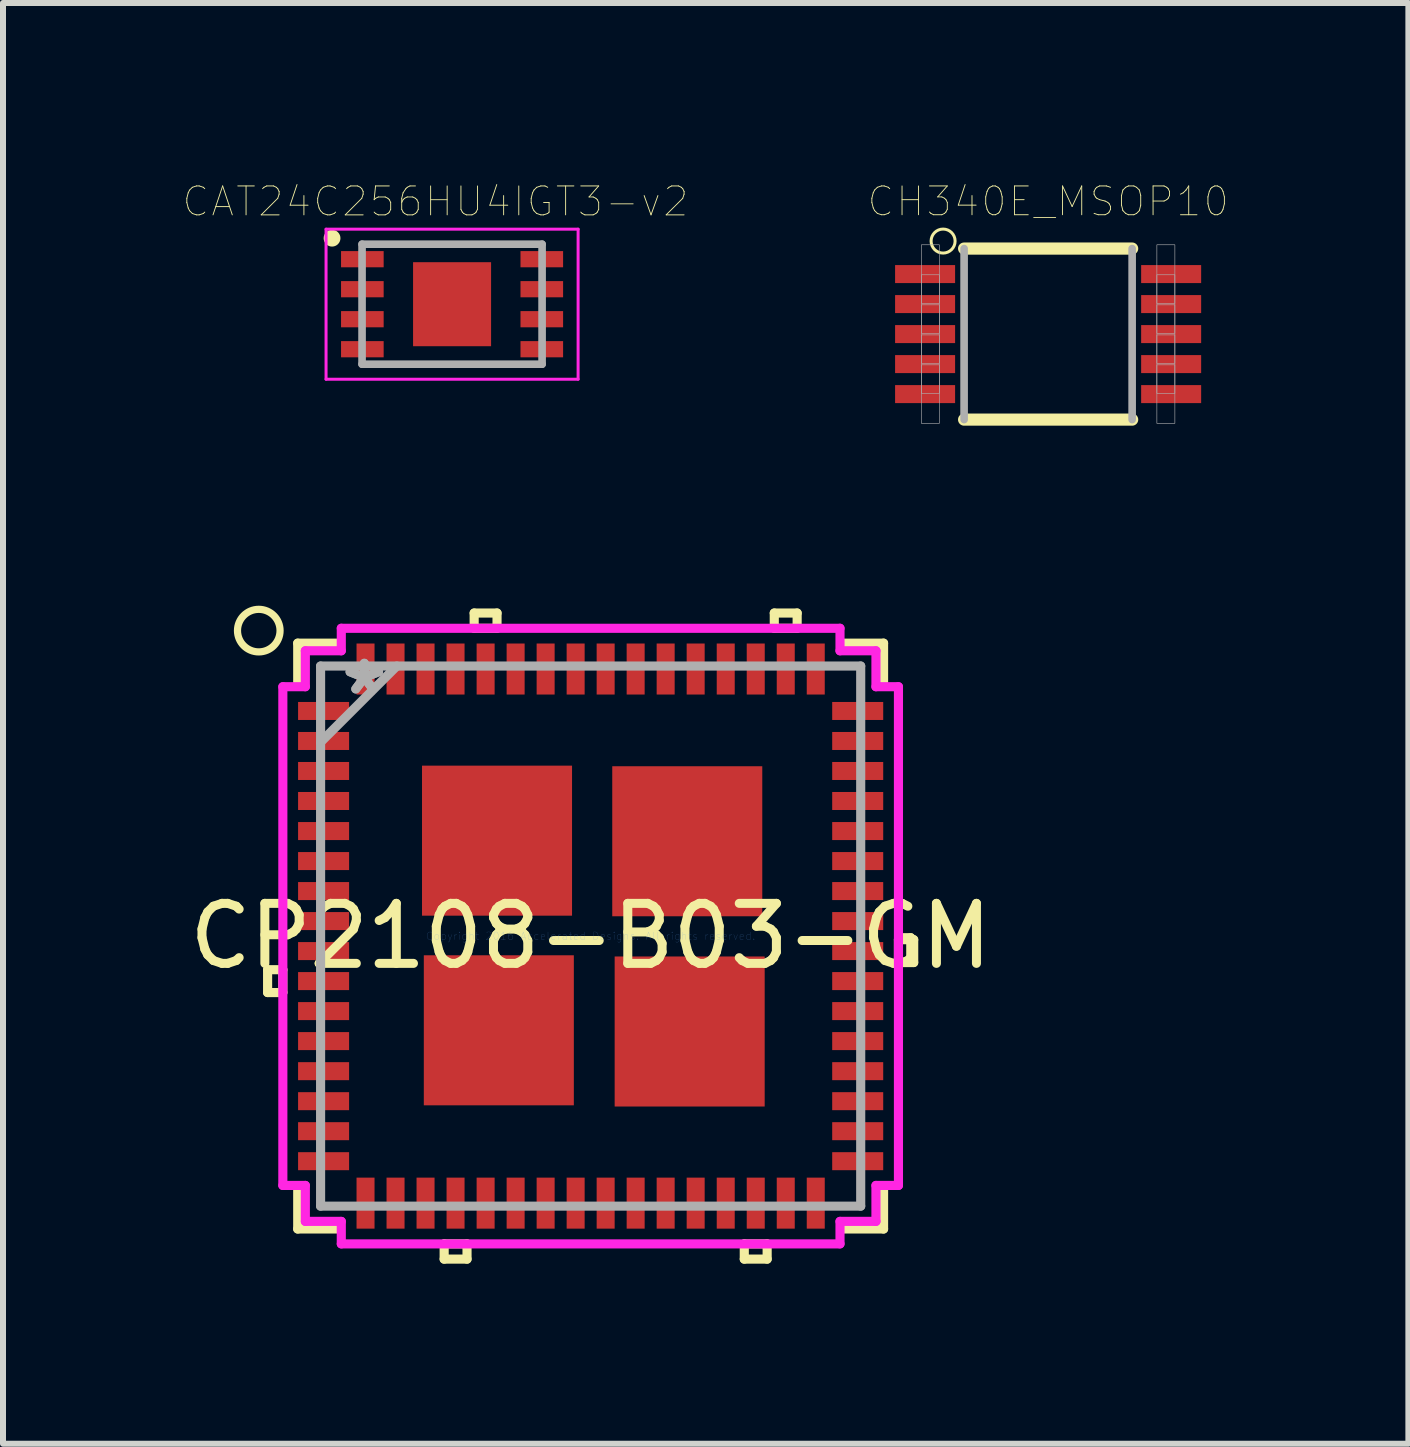
<source format=kicad_pcb>
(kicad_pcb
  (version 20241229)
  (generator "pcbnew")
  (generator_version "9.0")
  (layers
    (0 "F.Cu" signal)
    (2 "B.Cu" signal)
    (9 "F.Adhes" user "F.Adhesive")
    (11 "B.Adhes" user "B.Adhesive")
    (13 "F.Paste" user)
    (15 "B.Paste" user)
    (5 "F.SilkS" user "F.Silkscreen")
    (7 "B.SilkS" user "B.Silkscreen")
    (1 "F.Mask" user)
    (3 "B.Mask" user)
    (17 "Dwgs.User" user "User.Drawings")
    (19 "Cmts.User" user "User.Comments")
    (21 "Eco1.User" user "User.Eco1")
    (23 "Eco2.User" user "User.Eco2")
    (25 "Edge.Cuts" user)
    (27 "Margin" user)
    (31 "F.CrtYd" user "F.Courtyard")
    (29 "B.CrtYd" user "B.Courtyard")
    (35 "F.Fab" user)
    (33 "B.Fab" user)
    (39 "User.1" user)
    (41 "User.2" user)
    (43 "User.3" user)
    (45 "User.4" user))
  (footprint "CP2108-B03-GM"
    (layer "F.Cu")
    (at 6.792 12.548)
    (property "Reference" "CP2108-B03-GM" (at 0 0 0) (layer "F.SilkS") (effects (font (size 1 1) (thickness 0.15))))
    (attr through_hole)
    (fp_line (start -5.383 0.56) (end -5.383 0.941) (stroke (width 0.152) (type solid)) (layer "F.SilkS"))
    (fp_line (start -5.383 0.941) (end -5.129 0.941) (stroke (width 0.152) (type solid)) (layer "F.SilkS"))
    (fp_line (start -5.129 0.56) (end -5.383 0.56) (stroke (width 0.152) (type solid)) (layer "F.SilkS"))
    (fp_line (start -5.129 0.941) (end -5.129 0.56) (stroke (width 0.152) (type solid)) (layer "F.SilkS"))
    (fp_line (start -4.881 -4.881) (end -4.881 -4.234) (stroke (width 0.152) (type solid)) (layer "F.SilkS"))
    (fp_line (start -4.881 4.234) (end -4.881 4.881) (stroke (width 0.152) (type solid)) (layer "F.SilkS"))
    (fp_line (start -4.881 4.881) (end -4.234 4.881) (stroke (width 0.152) (type solid)) (layer "F.SilkS"))
    (fp_line (start -4.234 -4.881) (end -4.881 -4.881) (stroke (width 0.152) (type solid)) (layer "F.SilkS"))
    (fp_line (start -2.441 5.129) (end -2.441 5.383) (stroke (width 0.152) (type solid)) (layer "F.SilkS"))
    (fp_line (start -2.441 5.383) (end -2.06 5.383) (stroke (width 0.152) (type solid)) (layer "F.SilkS"))
    (fp_line (start -2.06 5.129) (end -2.441 5.129) (stroke (width 0.152) (type solid)) (layer "F.SilkS"))
    (fp_line (start -2.06 5.383) (end -2.06 5.129) (stroke (width 0.152) (type solid)) (layer "F.SilkS"))
    (fp_line (start -1.941 -5.383) (end -1.56 -5.383) (stroke (width 0.152) (type solid)) (layer "F.SilkS"))
    (fp_line (start -1.941 -5.129) (end -1.941 -5.383) (stroke (width 0.152) (type solid)) (layer "F.SilkS"))
    (fp_line (start -1.56 -5.383) (end -1.56 -5.129) (stroke (width 0.152) (type solid)) (layer "F.SilkS"))
    (fp_line (start -1.56 -5.129) (end -1.941 -5.129) (stroke (width 0.152) (type solid)) (layer "F.SilkS"))
    (fp_line (start 2.56 5.129) (end 2.56 5.383) (stroke (width 0.152) (type solid)) (layer "F.SilkS"))
    (fp_line (start 2.56 5.383) (end 2.941 5.383) (stroke (width 0.152) (type solid)) (layer "F.SilkS"))
    (fp_line (start 2.941 5.129) (end 2.56 5.129) (stroke (width 0.152) (type solid)) (layer "F.SilkS"))
    (fp_line (start 2.941 5.383) (end 2.941 5.129) (stroke (width 0.152) (type solid)) (layer "F.SilkS"))
    (fp_line (start 3.06 -5.383) (end 3.441 -5.383) (stroke (width 0.152) (type solid)) (layer "F.SilkS"))
    (fp_line (start 3.06 -5.129) (end 3.06 -5.383) (stroke (width 0.152) (type solid)) (layer "F.SilkS"))
    (fp_line (start 3.441 -5.383) (end 3.441 -5.129) (stroke (width 0.152) (type solid)) (layer "F.SilkS"))
    (fp_line (start 3.441 -5.129) (end 3.06 -5.129) (stroke (width 0.152) (type solid)) (layer "F.SilkS"))
    (fp_line (start 4.234 4.881) (end 4.881 4.881) (stroke (width 0.152) (type solid)) (layer "F.SilkS"))
    (fp_line (start 4.881 -4.881) (end 4.234 -4.881) (stroke (width 0.152) (type solid)) (layer "F.SilkS"))
    (fp_line (start 4.881 -4.234) (end 4.881 -4.881) (stroke (width 0.152) (type solid)) (layer "F.SilkS"))
    (fp_line (start 4.881 4.881) (end 4.881 4.234) (stroke (width 0.152) (type solid)) (layer "F.SilkS"))
    (fp_line (start 5.129 0.06) (end 5.383 0.06) (stroke (width 0.152) (type solid)) (layer "F.SilkS"))
    (fp_line (start 5.129 0.441) (end 5.129 0.06) (stroke (width 0.152) (type solid)) (layer "F.SilkS"))
    (fp_line (start 5.383 0.06) (end 5.383 0.441) (stroke (width 0.152) (type solid)) (layer "F.SilkS"))
    (fp_line (start 5.383 0.441) (end 5.129 0.441) (stroke (width 0.152) (type solid)) (layer "F.SilkS"))
    (fp_circle (center -5.53 -5.09) (end -5.26 -4.86) (stroke (width 0.12) (type solid)) (fill no) (layer "F.SilkS"))
    (fp_line (start -5.129 -4.155) (end -4.754 -4.155) (stroke (width 0.152) (type solid)) (layer "F.CrtYd"))
    (fp_line (start -5.129 4.155) (end -5.129 -4.155) (stroke (width 0.152) (type solid)) (layer "F.CrtYd"))
    (fp_line (start -4.754 -4.754) (end -4.155 -4.754) (stroke (width 0.152) (type solid)) (layer "F.CrtYd"))
    (fp_line (start -4.754 -4.155) (end -4.754 -4.754) (stroke (width 0.152) (type solid)) (layer "F.CrtYd"))
    (fp_line (start -4.754 4.155) (end -5.129 4.155) (stroke (width 0.152) (type solid)) (layer "F.CrtYd"))
    (fp_line (start -4.754 4.754) (end -4.754 4.155) (stroke (width 0.152) (type solid)) (layer "F.CrtYd"))
    (fp_line (start -4.155 -5.129) (end 4.155 -5.129) (stroke (width 0.152) (type solid)) (layer "F.CrtYd"))
    (fp_line (start -4.155 -4.754) (end -4.155 -5.129) (stroke (width 0.152) (type solid)) (layer "F.CrtYd"))
    (fp_line (start -4.155 4.754) (end -4.754 4.754) (stroke (width 0.152) (type solid)) (layer "F.CrtYd"))
    (fp_line (start -4.155 5.129) (end -4.155 4.754) (stroke (width 0.152) (type solid)) (layer "F.CrtYd"))
    (fp_line (start 4.155 -5.129) (end 4.155 -4.754) (stroke (width 0.152) (type solid)) (layer "F.CrtYd"))
    (fp_line (start 4.155 -4.754) (end 4.754 -4.754) (stroke (width 0.152) (type solid)) (layer "F.CrtYd"))
    (fp_line (start 4.155 4.754) (end 4.155 5.129) (stroke (width 0.152) (type solid)) (layer "F.CrtYd"))
    (fp_line (start 4.155 5.129) (end -4.155 5.129) (stroke (width 0.152) (type solid)) (layer "F.CrtYd"))
    (fp_line (start 4.754 -4.754) (end 4.754 -4.155) (stroke (width 0.152) (type solid)) (layer "F.CrtYd"))
    (fp_line (start 4.754 -4.155) (end 5.129 -4.155) (stroke (width 0.152) (type solid)) (layer "F.CrtYd"))
    (fp_line (start 4.754 4.155) (end 4.754 4.754) (stroke (width 0.152) (type solid)) (layer "F.CrtYd"))
    (fp_line (start 4.754 4.754) (end 4.155 4.754) (stroke (width 0.152) (type solid)) (layer "F.CrtYd"))
    (fp_line (start 5.129 -4.155) (end 5.129 4.155) (stroke (width 0.152) (type solid)) (layer "F.CrtYd"))
    (fp_line (start 5.129 4.155) (end 4.754 4.155) (stroke (width 0.152) (type solid)) (layer "F.CrtYd"))
    (fp_line (start -4.5 -4.5) (end -4.5 4.5) (stroke (width 0.152) (type solid)) (layer "F.Fab"))
    (fp_line (start -4.5 -3.23) (end -3.23 -4.5) (stroke (width 0.152) (type solid)) (layer "F.Fab"))
    (fp_line (start -4.5 4.5) (end 4.5 4.5) (stroke (width 0.152) (type solid)) (layer "F.Fab"))
    (fp_line (start 4.5 -4.5) (end -4.5 -4.5) (stroke (width 0.152) (type solid)) (layer "F.Fab"))
    (fp_line (start 4.5 4.5) (end 4.5 -4.5) (stroke (width 0.152) (type solid)) (layer "F.Fab"))
    (fp_text user "Copyright 2016 Accelerated Designs. All rights reserved." (at 0 0 0) (layer "Cmts.User") (effects (font (size 0.127 0.127) (thickness 0.002))))
    (fp_text user "*" (at -3.771 -4.001 0) (layer "F.Fab") (effects (font (size 1 1) (thickness 0.15))))
    (fp_text user "*" (at -3.771 -4.001 0) (layer "F.Fab") (effects (font (size 1 1) (thickness 0.15))))
    (pad "1" smd rect (at -4.45 -3.751 90) (size 0.3 0.85) (layers "F.Cu" "F.Mask" "F.Paste"))
    (pad "2" smd rect (at -4.45 -3.251 90) (size 0.3 0.85) (layers "F.Cu" "F.Mask" "F.Paste"))
    (pad "3" smd rect (at -4.45 -2.751 90) (size 0.3 0.85) (layers "F.Cu" "F.Mask" "F.Paste"))
    (pad "4" smd rect (at -4.45 -2.251 90) (size 0.3 0.85) (layers "F.Cu" "F.Mask" "F.Paste"))
    (pad "5" smd rect (at -4.45 -1.75 90) (size 0.3 0.85) (layers "F.Cu" "F.Mask" "F.Paste"))
    (pad "6" smd rect (at -4.45 -1.25 90) (size 0.3 0.85) (layers "F.Cu" "F.Mask" "F.Paste"))
    (pad "7" smd rect (at -4.45 -0.75 90) (size 0.3 0.85) (layers "F.Cu" "F.Mask" "F.Paste"))
    (pad "8" smd rect (at -4.45 -0.25 90) (size 0.3 0.85) (layers "F.Cu" "F.Mask" "F.Paste"))
    (pad "9" smd rect (at -4.45 0.25 90) (size 0.3 0.85) (layers "F.Cu" "F.Mask" "F.Paste"))
    (pad "10" smd rect (at -4.45 0.75 90) (size 0.3 0.85) (layers "F.Cu" "F.Mask" "F.Paste"))
    (pad "11" smd rect (at -4.45 1.25 90) (size 0.3 0.85) (layers "F.Cu" "F.Mask" "F.Paste"))
    (pad "12" smd rect (at -4.45 1.75 90) (size 0.3 0.85) (layers "F.Cu" "F.Mask" "F.Paste"))
    (pad "13" smd rect (at -4.45 2.251 90) (size 0.3 0.85) (layers "F.Cu" "F.Mask" "F.Paste"))
    (pad "14" smd rect (at -4.45 2.751 90) (size 0.3 0.85) (layers "F.Cu" "F.Mask" "F.Paste"))
    (pad "15" smd rect (at -4.45 3.251 90) (size 0.3 0.85) (layers "F.Cu" "F.Mask" "F.Paste"))
    (pad "16" smd rect (at -4.45 3.751 90) (size 0.3 0.85) (layers "F.Cu" "F.Mask" "F.Paste"))
    (pad "17" smd rect (at -3.751 4.45) (size 0.3 0.85) (layers "F.Cu" "F.Mask" "F.Paste"))
    (pad "18" smd rect (at -3.251 4.45) (size 0.3 0.85) (layers "F.Cu" "F.Mask" "F.Paste"))
    (pad "19" smd rect (at -2.751 4.45) (size 0.3 0.85) (layers "F.Cu" "F.Mask" "F.Paste"))
    (pad "20" smd rect (at -2.251 4.45) (size 0.3 0.85) (layers "F.Cu" "F.Mask" "F.Paste"))
    (pad "21" smd rect (at -1.75 4.45) (size 0.3 0.85) (layers "F.Cu" "F.Mask" "F.Paste"))
    (pad "22" smd rect (at -1.25 4.45) (size 0.3 0.85) (layers "F.Cu" "F.Mask" "F.Paste"))
    (pad "23" smd rect (at -0.75 4.45) (size 0.3 0.85) (layers "F.Cu" "F.Mask" "F.Paste"))
    (pad "24" smd rect (at -0.25 4.45) (size 0.3 0.85) (layers "F.Cu" "F.Mask" "F.Paste"))
    (pad "25" smd rect (at 0.25 4.45) (size 0.3 0.85) (layers "F.Cu" "F.Mask" "F.Paste"))
    (pad "26" smd rect (at 0.75 4.45) (size 0.3 0.85) (layers "F.Cu" "F.Mask" "F.Paste"))
    (pad "27" smd rect (at 1.25 4.45) (size 0.3 0.85) (layers "F.Cu" "F.Mask" "F.Paste"))
    (pad "28" smd rect (at 1.75 4.45) (size 0.3 0.85) (layers "F.Cu" "F.Mask" "F.Paste"))
    (pad "29" smd rect (at 2.251 4.45) (size 0.3 0.85) (layers "F.Cu" "F.Mask" "F.Paste"))
    (pad "30" smd rect (at 2.751 4.45) (size 0.3 0.85) (layers "F.Cu" "F.Mask" "F.Paste"))
    (pad "31" smd rect (at 3.251 4.45) (size 0.3 0.85) (layers "F.Cu" "F.Mask" "F.Paste"))
    (pad "32" smd rect (at 3.751 4.45) (size 0.3 0.85) (layers "F.Cu" "F.Mask" "F.Paste"))
    (pad "33" smd rect (at 4.45 3.751 90) (size 0.3 0.85) (layers "F.Cu" "F.Mask" "F.Paste"))
    (pad "34" smd rect (at 4.45 3.251 90) (size 0.3 0.85) (layers "F.Cu" "F.Mask" "F.Paste"))
    (pad "35" smd rect (at 4.45 2.751 90) (size 0.3 0.85) (layers "F.Cu" "F.Mask" "F.Paste"))
    (pad "36" smd rect (at 4.45 2.251 90) (size 0.3 0.85) (layers "F.Cu" "F.Mask" "F.Paste"))
    (pad "37" smd rect (at 4.45 1.75 90) (size 0.3 0.85) (layers "F.Cu" "F.Mask" "F.Paste"))
    (pad "38" smd rect (at 4.45 1.25 90) (size 0.3 0.85) (layers "F.Cu" "F.Mask" "F.Paste"))
    (pad "39" smd rect (at 4.45 0.75 90) (size 0.3 0.85) (layers "F.Cu" "F.Mask" "F.Paste"))
    (pad "40" smd rect (at 4.45 0.25 90) (size 0.3 0.85) (layers "F.Cu" "F.Mask" "F.Paste"))
    (pad "41" smd rect (at 4.45 -0.25 90) (size 0.3 0.85) (layers "F.Cu" "F.Mask" "F.Paste"))
    (pad "42" smd rect (at 4.45 -0.75 90) (size 0.3 0.85) (layers "F.Cu" "F.Mask" "F.Paste"))
    (pad "43" smd rect (at 4.45 -1.25 90) (size 0.3 0.85) (layers "F.Cu" "F.Mask" "F.Paste"))
    (pad "44" smd rect (at 4.45 -1.75 90) (size 0.3 0.85) (layers "F.Cu" "F.Mask" "F.Paste"))
    (pad "45" smd rect (at 4.45 -2.251 90) (size 0.3 0.85) (layers "F.Cu" "F.Mask" "F.Paste"))
    (pad "46" smd rect (at 4.45 -2.751 90) (size 0.3 0.85) (layers "F.Cu" "F.Mask" "F.Paste"))
    (pad "47" smd rect (at 4.45 -3.251 90) (size 0.3 0.85) (layers "F.Cu" "F.Mask" "F.Paste"))
    (pad "48" smd rect (at 4.45 -3.751 90) (size 0.3 0.85) (layers "F.Cu" "F.Mask" "F.Paste"))
    (pad "49" smd rect (at 3.751 -4.45) (size 0.3 0.85) (layers "F.Cu" "F.Mask" "F.Paste"))
    (pad "50" smd rect (at 3.251 -4.45) (size 0.3 0.85) (layers "F.Cu" "F.Mask" "F.Paste"))
    (pad "51" smd rect (at 2.751 -4.45) (size 0.3 0.85) (layers "F.Cu" "F.Mask" "F.Paste"))
    (pad "52" smd rect (at 2.251 -4.45) (size 0.3 0.85) (layers "F.Cu" "F.Mask" "F.Paste"))
    (pad "53" smd rect (at 1.75 -4.45) (size 0.3 0.85) (layers "F.Cu" "F.Mask" "F.Paste"))
    (pad "54" smd rect (at 1.25 -4.45) (size 0.3 0.85) (layers "F.Cu" "F.Mask" "F.Paste"))
    (pad "55" smd rect (at 0.75 -4.45) (size 0.3 0.85) (layers "F.Cu" "F.Mask" "F.Paste"))
    (pad "56" smd rect (at 0.25 -4.45) (size 0.3 0.85) (layers "F.Cu" "F.Mask" "F.Paste"))
    (pad "57" smd rect (at -0.25 -4.45) (size 0.3 0.85) (layers "F.Cu" "F.Mask" "F.Paste"))
    (pad "58" smd rect (at -0.75 -4.45) (size 0.3 0.85) (layers "F.Cu" "F.Mask" "F.Paste"))
    (pad "59" smd rect (at -1.25 -4.45) (size 0.3 0.85) (layers "F.Cu" "F.Mask" "F.Paste"))
    (pad "60" smd rect (at -1.75 -4.45) (size 0.3 0.85) (layers "F.Cu" "F.Mask" "F.Paste"))
    (pad "61" smd rect (at -2.251 -4.45) (size 0.3 0.85) (layers "F.Cu" "F.Mask" "F.Paste"))
    (pad "62" smd rect (at -2.751 -4.45) (size 0.3 0.85) (layers "F.Cu" "F.Mask" "F.Paste"))
    (pad "63" smd rect (at -3.251 -4.45) (size 0.3 0.85) (layers "F.Cu" "F.Mask" "F.Paste"))
    (pad "64" smd rect (at -3.751 -4.45) (size 0.3 0.85) (layers "F.Cu" "F.Mask" "F.Paste"))
    (pad "65" smd rect (at -1.56 -1.59) (size 2.5 2.5) (layers "F.Cu" "F.Mask" "F.Paste"))
    (pad "65" smd rect (at -1.53 1.57) (size 2.5 2.5) (layers "F.Cu" "F.Mask" "F.Paste"))
    (pad "65" smd rect (at 1.61 -1.58) (size 2.5 2.5) (layers "F.Cu" "F.Mask" "F.Paste"))
    (pad "65" smd rect (at 1.65 1.59) (size 2.5 2.5) (layers "F.Cu" "F.Mask" "F.Paste")))
  (footprint "CH340E_MSOP10"
    (layer "F.Cu")
    (at 14.415 2.517)
    (property "Reference" "CH340E_MSOP10" (at 0 -2.21 0) (layer "F.SilkS") (effects (font (size 0.48 0.48) (thickness 0.015))))
    (attr through_hole)
    (fp_line (start -1.4 1.425) (end 1.4 1.425) (stroke (width 0.203) (type solid)) (layer "F.SilkS"))
    (fp_line (start 1.4 -1.425) (end -1.4 -1.425) (stroke (width 0.203) (type solid)) (layer "F.SilkS"))
    (fp_circle (center -1.75 -1.55) (end -1.55 -1.55) (stroke (width 0.05) (type solid)) (fill no) (layer "F.SilkS"))
    (fp_poly (pts (xy -2.495 -0.88) (xy -2.495 -1.13) (xy -1.62 -1.13) (xy -1.62 -0.88)) (stroke (width 0.01) (type solid)) (fill yes) (layer "F.Paste"))
    (fp_poly (pts (xy -2.495 -0.38) (xy -2.495 -0.63) (xy -1.62 -0.63) (xy -1.62 -0.38)) (stroke (width 0.01) (type solid)) (fill yes) (layer "F.Paste"))
    (fp_poly (pts (xy -2.495 0.12) (xy -2.495 -0.13) (xy -1.62 -0.13) (xy -1.62 0.12)) (stroke (width 0.01) (type solid)) (fill yes) (layer "F.Paste"))
    (fp_poly (pts (xy -2.495 0.63) (xy -2.495 0.38) (xy -1.62 0.38) (xy -1.62 0.63)) (stroke (width 0.01) (type solid)) (fill yes) (layer "F.Paste"))
    (fp_poly (pts (xy -2.495 1.12) (xy -2.495 0.87) (xy -1.62 0.87) (xy -1.62 1.12)) (stroke (width 0.01) (type solid)) (fill yes) (layer "F.Paste"))
    (fp_poly (pts (xy 1.61 -0.88) (xy 1.61 -1.13) (xy 2.485 -1.13) (xy 2.485 -0.88)) (stroke (width 0.01) (type solid)) (fill yes) (layer "F.Paste"))
    (fp_poly (pts (xy 1.615 0.12) (xy 1.615 -0.13) (xy 2.49 -0.13) (xy 2.49 0.12)) (stroke (width 0.01) (type solid)) (fill yes) (layer "F.Paste"))
    (fp_poly (pts (xy 1.615 0.62) (xy 1.615 0.37) (xy 2.49 0.37) (xy 2.49 0.62)) (stroke (width 0.01) (type solid)) (fill yes) (layer "F.Paste"))
    (fp_poly (pts (xy 1.615 1.12) (xy 1.615 0.87) (xy 2.49 0.87) (xy 2.49 1.12)) (stroke (width 0.01) (type solid)) (fill yes) (layer "F.Paste"))
    (fp_poly (pts (xy 1.62 -0.38) (xy 1.62 -0.63) (xy 2.495 -0.63) (xy 2.495 -0.38)) (stroke (width 0.01) (type solid)) (fill yes) (layer "F.Paste"))
    (fp_line (start -1.4 -1.425) (end -1.4 1.425) (stroke (width 0.127) (type solid)) (layer "F.Fab"))
    (fp_line (start 1.4 1.425) (end 1.4 -1.425) (stroke (width 0.127) (type solid)) (layer "F.Fab"))
    (fp_poly (pts (xy -2.112 -1.488) (xy -1.812 -1.488) (xy -1.812 -0.512) (xy -2.112 -0.512)) (stroke (width 0.01) (type solid)) (fill no) (layer "F.Fab"))
    (fp_poly (pts (xy -2.112 -0.988) (xy -1.812 -0.988) (xy -1.812 -0.013) (xy -2.112 -0.013)) (stroke (width 0.01) (type solid)) (fill no) (layer "F.Fab"))
    (fp_poly (pts (xy -2.112 -0.487) (xy -1.812 -0.487) (xy -1.812 0.487) (xy -2.112 0.487)) (stroke (width 0.01) (type solid)) (fill no) (layer "F.Fab"))
    (fp_poly (pts (xy -2.112 0.013) (xy -1.812 0.013) (xy -1.812 0.988) (xy -2.112 0.988)) (stroke (width 0.01) (type solid)) (fill no) (layer "F.Fab"))
    (fp_poly (pts (xy -2.112 0.512) (xy -1.812 0.512) (xy -1.812 1.488) (xy -2.112 1.488)) (stroke (width 0.01) (type solid)) (fill no) (layer "F.Fab"))
    (fp_poly (pts (xy 1.812 -1.488) (xy 2.112 -1.488) (xy 2.112 -0.512) (xy 1.812 -0.512)) (stroke (width 0.01) (type solid)) (fill no) (layer "F.Fab"))
    (fp_poly (pts (xy 1.812 -0.988) (xy 2.112 -0.988) (xy 2.112 -0.013) (xy 1.812 -0.013)) (stroke (width 0.01) (type solid)) (fill no) (layer "F.Fab"))
    (fp_poly (pts (xy 1.812 -0.487) (xy 2.112 -0.487) (xy 2.112 0.487) (xy 1.812 0.487)) (stroke (width 0.01) (type solid)) (fill no) (layer "F.Fab"))
    (fp_poly (pts (xy 1.812 0.013) (xy 2.112 0.013) (xy 2.112 0.988) (xy 1.812 0.988)) (stroke (width 0.01) (type solid)) (fill no) (layer "F.Fab"))
    (fp_poly (pts (xy 1.812 0.512) (xy 2.112 0.512) (xy 2.112 1.488) (xy 1.812 1.488)) (stroke (width 0.01) (type solid)) (fill no) (layer "F.Fab"))
    (pad "1" smd rect (at -2.05 -1) (size 1 0.3) (layers "F.Cu" "F.Mask"))
    (pad "2" smd rect (at -2.05 -0.5) (size 1 0.3) (layers "F.Cu" "F.Mask"))
    (pad "3" smd rect (at -2.05 0) (size 1 0.3) (layers "F.Cu" "F.Mask"))
    (pad "4" smd rect (at -2.05 0.5) (size 1 0.3) (layers "F.Cu" "F.Mask"))
    (pad "5" smd rect (at -2.05 1) (size 1 0.3) (layers "F.Cu" "F.Mask"))
    (pad "6" smd rect (at 2.05 1) (size 1 0.3) (layers "F.Cu" "F.Mask"))
    (pad "7" smd rect (at 2.05 0.5) (size 1 0.3) (layers "F.Cu" "F.Mask"))
    (pad "8" smd rect (at 2.05 0) (size 1 0.3) (layers "F.Cu" "F.Mask"))
    (pad "9" smd rect (at 2.05 -0.5) (size 1 0.3) (layers "F.Cu" "F.Mask"))
    (pad "10" smd rect (at 2.05 -1) (size 1 0.3) (layers "F.Cu" "F.Mask")))
  (footprint "CAT24C256HU4IGT3-v2"
    (layer "F.Cu")
    (at 4.483 2.019)
    (property "Reference" "CAT24C256HU4IGT3-v2" (at -0.277 -1.711 0) (layer "F.SilkS") (effects (font (size 0.482 0.482) (thickness 0.015))))
    (attr through_hole)
    (fp_circle (center -2 -1.1) (end -1.93 -1.1) (stroke (width 0.14) (type solid)) (fill no) (layer "F.SilkS"))
    (fp_poly (pts (xy -0.41 -0.44) (xy 0.41 -0.44) (xy 0.41 0.44) (xy -0.41 0.44)) (stroke (width 0.001) (type solid)) (fill yes) (layer "F.Paste"))
    (fp_line (start -2.1 -1.25) (end 2.1 -1.25) (stroke (width 0.05) (type solid)) (layer "F.CrtYd"))
    (fp_line (start -2.1 1.25) (end -2.1 -1.25) (stroke (width 0.05) (type solid)) (layer "F.CrtYd"))
    (fp_line (start 2.1 -1.25) (end 2.1 1.25) (stroke (width 0.05) (type solid)) (layer "F.CrtYd"))
    (fp_line (start 2.1 1.25) (end -2.1 1.25) (stroke (width 0.05) (type solid)) (layer "F.CrtYd"))
    (fp_line (start -1.5 -1) (end 1.5 -1) (stroke (width 0.127) (type solid)) (layer "F.Fab"))
    (fp_line (start -1.5 1) (end -1.5 -1) (stroke (width 0.127) (type solid)) (layer "F.Fab"))
    (fp_line (start 1.5 -1) (end 1.5 1) (stroke (width 0.127) (type solid)) (layer "F.Fab"))
    (fp_line (start 1.5 1) (end -1.5 1) (stroke (width 0.127) (type solid)) (layer "F.Fab"))
    (pad "1" smd rect (at -1.495 -0.75) (size 0.71 0.27) (layers "F.Cu" "F.Mask" "F.Paste"))
    (pad "2" smd rect (at -1.495 -0.25) (size 0.71 0.27) (layers "F.Cu" "F.Mask" "F.Paste"))
    (pad "3" smd rect (at -1.495 0.25) (size 0.71 0.27) (layers "F.Cu" "F.Mask" "F.Paste"))
    (pad "4" smd rect (at -1.495 0.75) (size 0.71 0.27) (layers "F.Cu" "F.Mask" "F.Paste"))
    (pad "5" smd rect (at 1.495 0.75) (size 0.71 0.27) (layers "F.Cu" "F.Mask" "F.Paste"))
    (pad "6" smd rect (at 1.495 0.25) (size 0.71 0.27) (layers "F.Cu" "F.Mask" "F.Paste"))
    (pad "7" smd rect (at 1.495 -0.25) (size 0.71 0.27) (layers "F.Cu" "F.Mask" "F.Paste"))
    (pad "8" smd rect (at 1.495 -0.75) (size 0.71 0.27) (layers "F.Cu" "F.Mask" "F.Paste"))
    (pad "9" smd rect (at 0 0) (size 1.3 1.4) (layers "F.Cu" "F.Mask")))
  (gr_rect
    (start -3 -3)
    (end 20.418 21.007)
    (stroke (width 0.1) (type default))
    (fill no)
    (layer "Edge.Cuts")))
</source>
